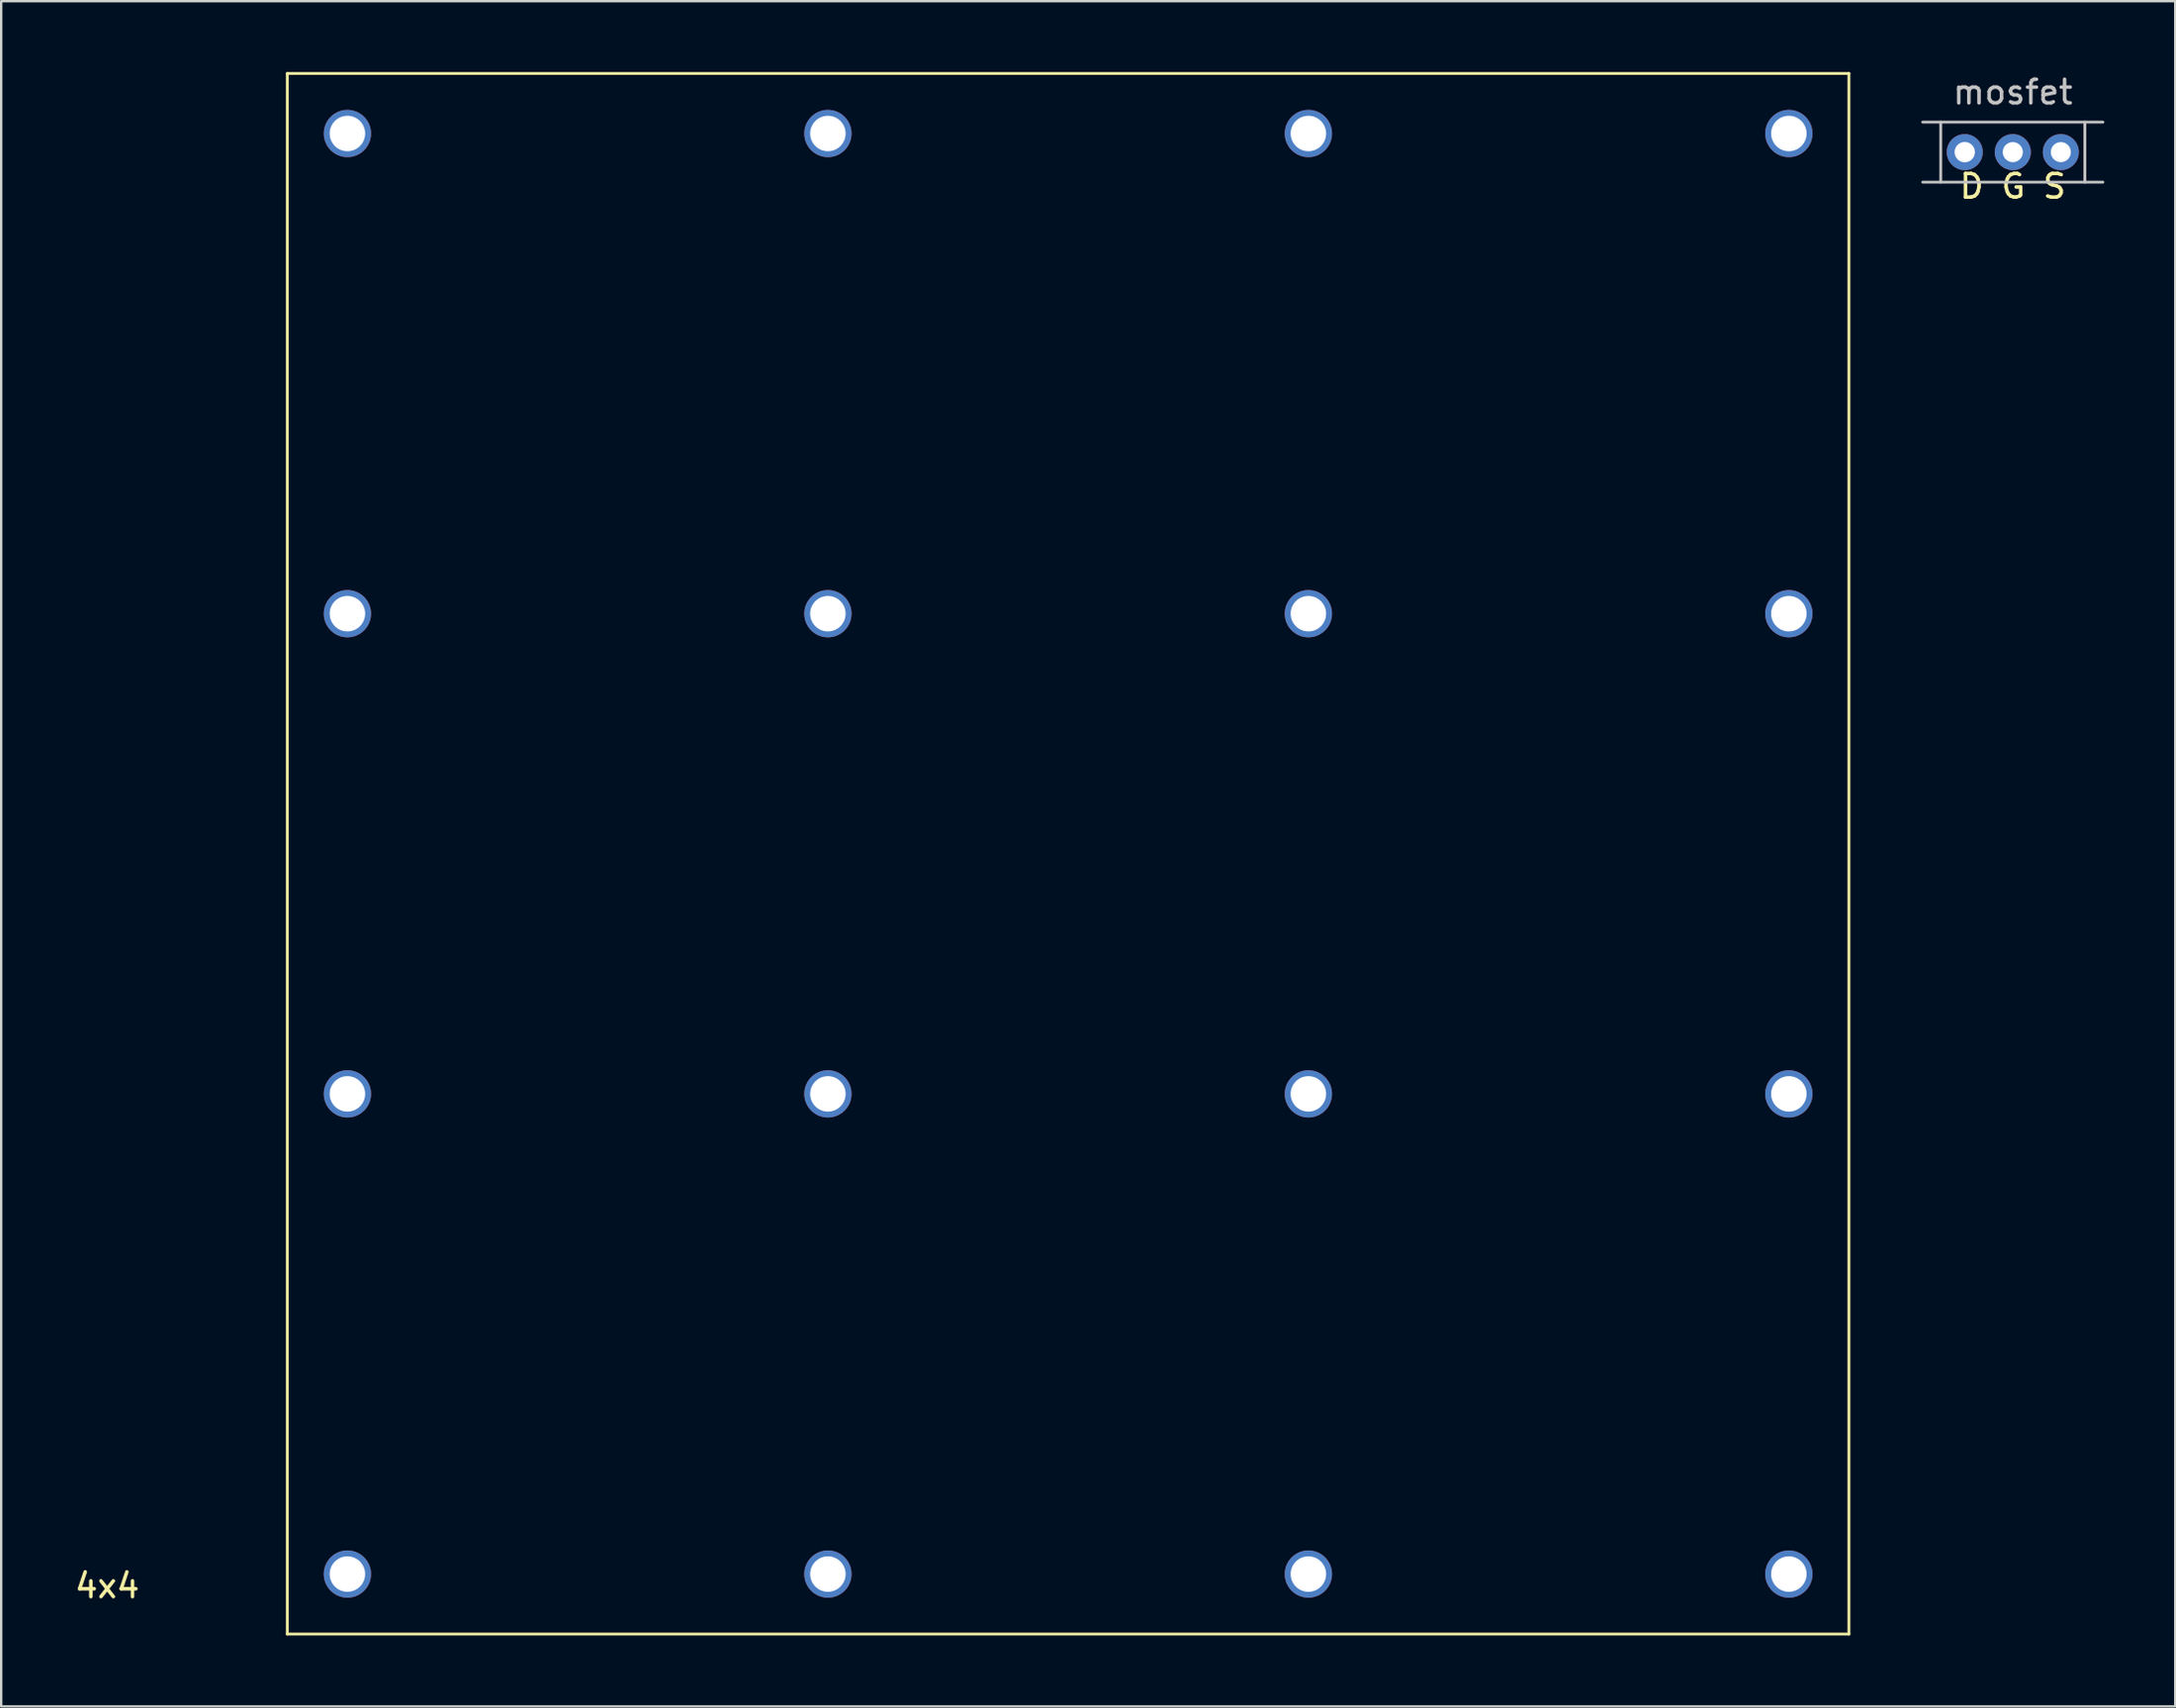
<source format=kicad_pcb>
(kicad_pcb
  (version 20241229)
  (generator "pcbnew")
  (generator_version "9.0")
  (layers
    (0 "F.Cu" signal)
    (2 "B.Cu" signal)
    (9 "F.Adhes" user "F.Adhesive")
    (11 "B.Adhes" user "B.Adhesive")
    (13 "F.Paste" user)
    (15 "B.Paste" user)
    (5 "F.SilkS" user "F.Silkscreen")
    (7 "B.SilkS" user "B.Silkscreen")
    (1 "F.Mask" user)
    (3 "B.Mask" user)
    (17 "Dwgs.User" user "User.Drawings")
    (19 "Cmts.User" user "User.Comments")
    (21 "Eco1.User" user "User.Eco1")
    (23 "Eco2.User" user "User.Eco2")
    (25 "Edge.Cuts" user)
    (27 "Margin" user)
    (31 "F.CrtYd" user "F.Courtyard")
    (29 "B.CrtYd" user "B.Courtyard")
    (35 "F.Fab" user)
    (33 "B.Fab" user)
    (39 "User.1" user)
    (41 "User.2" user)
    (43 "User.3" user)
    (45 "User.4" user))
  (footprint "mosfet"
    (layer "F.Cu")
    (at 82.072 3.388)
    (property "Reference" "mosfet" (at 0 -2.54 0) (layer "Dwgs.User") (effects (font (size 1 1) (thickness 0.15))))
    (attr through_hole)
    (fp_line (start -3.81 1.27) (end 3.81 1.27) (stroke (width 0.12) (type solid)) (layer "Dwgs.User"))
    (fp_line (start -3.048 -1.27) (end -3.048 1.27) (stroke (width 0.12) (type solid)) (layer "Dwgs.User"))
    (fp_line (start 3.048 1.27) (end 3.048 -1.27) (stroke (width 0.12) (type solid)) (layer "Dwgs.User"))
    (fp_line (start 3.81 -1.27) (end -3.81 -1.27) (stroke (width 0.12) (type solid)) (layer "Dwgs.User"))
    (fp_text user "D G S" (at 0 1.448 0) (layer "F.SilkS") (effects (font (size 1 1) (thickness 0.15))))
    (pad "0" thru_hole circle (at 0 0) (size 1.524 1.524) (drill 0.85) (layers "*.Cu" "*.Mask"))
    (pad "1" thru_hole circle (at -2.032 0) (size 1.524 1.524) (drill 0.86) (layers "*.Cu" "*.Mask"))
    (pad "2" thru_hole circle (at 2.032 0) (size 1.524 1.524) (drill 0.85) (layers "*.Cu" "*.Mask")))
  (footprint "4x4"
    (layer "F.Cu")
    (at 11.642 63.56)
    (property "Reference" "4x4" (at -10.16 0.5 0) (layer "F.SilkS") (effects (font (size 1 1) (thickness 0.15))))
    (attr through_hole)
    (fp_line (start -2.54 -63.5) (end 63.5 -63.5) (stroke (width 0.12) (type solid)) (layer "F.SilkS"))
    (fp_line (start -2.54 2.54) (end -2.54 -63.5) (stroke (width 0.12) (type solid)) (layer "F.SilkS"))
    (fp_line (start 63.5 -63.5) (end 63.5 2.54) (stroke (width 0.12) (type solid)) (layer "F.SilkS"))
    (fp_line (start 63.5 2.54) (end -2.54 2.54) (stroke (width 0.12) (type solid)) (layer "F.SilkS"))
    (pad "0" thru_hole circle (at 0 0) (size 2 2) (drill 1.5) (layers "*.Cu" "*.Mask"))
    (pad "1" thru_hole circle (at 20.32 0) (size 2 2) (drill 1.5) (layers "*.Cu" "*.Mask"))
    (pad "2" thru_hole circle (at 40.64 0) (size 2 2) (drill 1.5) (layers "*.Cu" "*.Mask"))
    (pad "3" thru_hole circle (at 60.96 0) (size 2 2) (drill 1.5) (layers "*.Cu" "*.Mask"))
    (pad "4" thru_hole circle (at 0 -20.32) (size 2 2) (drill 1.5) (layers "*.Cu" "*.Mask"))
    (pad "5" thru_hole circle (at 20.32 -20.32) (size 2 2) (drill 1.5) (layers "*.Cu" "*.Mask"))
    (pad "6" thru_hole circle (at 40.64 -20.32) (size 2 2) (drill 1.5) (layers "*.Cu" "*.Mask"))
    (pad "7" thru_hole circle (at 60.96 -20.32) (size 2 2) (drill 1.5) (layers "*.Cu" "*.Mask"))
    (pad "8" thru_hole circle (at 0 -40.64) (size 2 2) (drill 1.5) (layers "*.Cu" "*.Mask"))
    (pad "9" thru_hole circle (at 20.32 -40.64) (size 2 2) (drill 1.5) (layers "*.Cu" "*.Mask"))
    (pad "10" thru_hole circle (at 40.64 -40.64) (size 2 2) (drill 1.5) (layers "*.Cu" "*.Mask"))
    (pad "11" thru_hole circle (at 60.96 -40.64) (size 2 2) (drill 1.5) (layers "*.Cu" "*.Mask"))
    (pad "12" thru_hole circle (at 0 -60.96) (size 2 2) (drill 1.5) (layers "*.Cu" "*.Mask"))
    (pad "13" thru_hole circle (at 20.32 -60.96) (size 2 2) (drill 1.5) (layers "*.Cu" "*.Mask"))
    (pad "14" thru_hole circle (at 40.64 -60.96) (size 2 2) (drill 1.5) (layers "*.Cu" "*.Mask"))
    (pad "15" thru_hole circle (at 60.96 -60.96) (size 2 2) (drill 1.5) (layers "*.Cu" "*.Mask")))
  (gr_rect
    (start -3 -3)
    (end 88.942 69.16)
    (stroke (width 0.1) (type default))
    (fill no)
    (layer "Edge.Cuts")))
</source>
